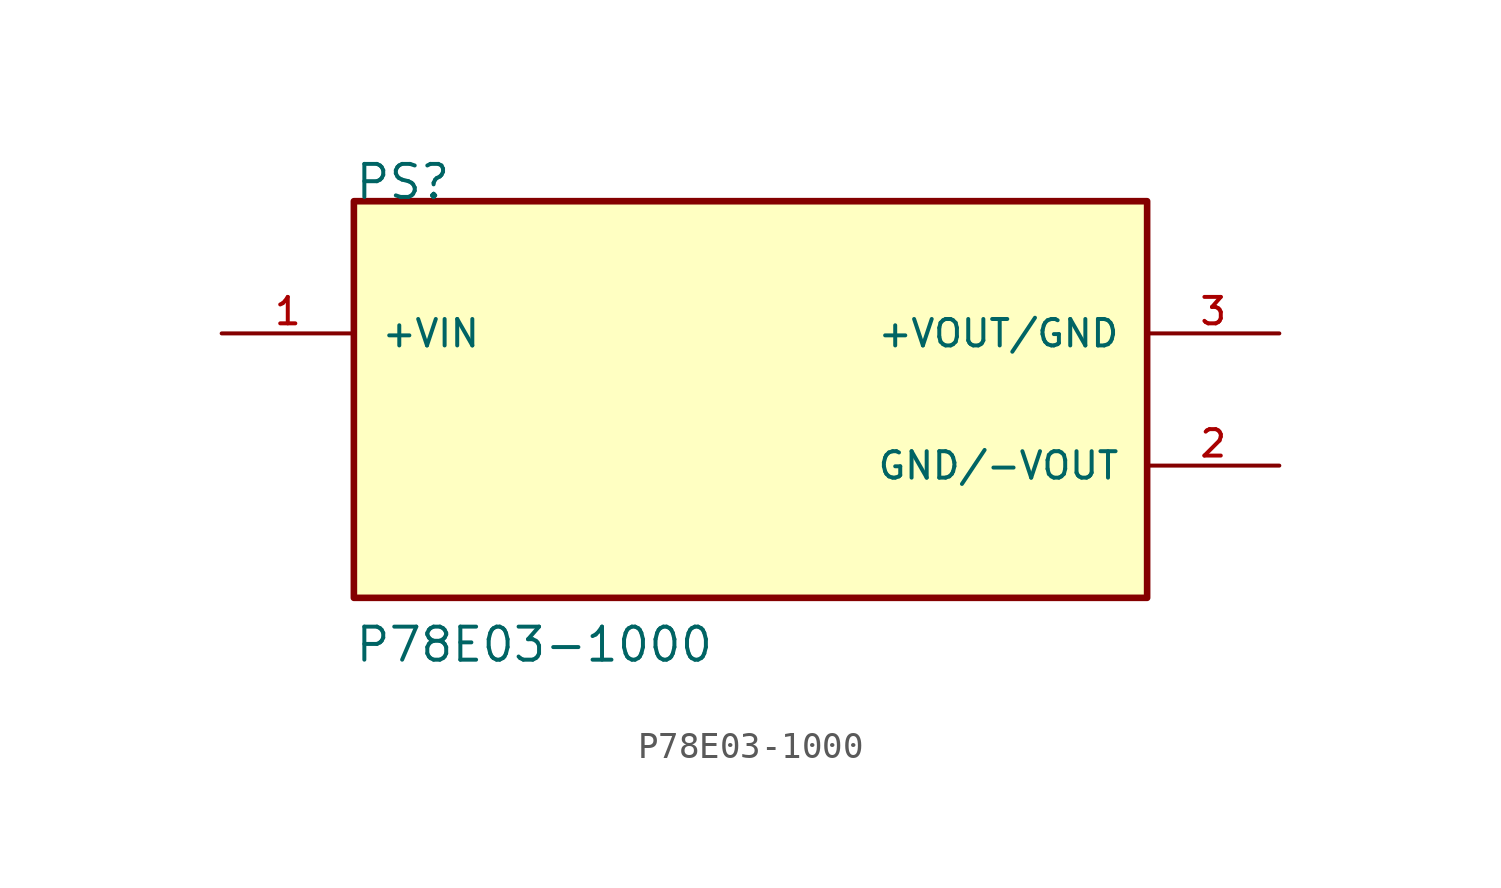
<source format=kicad_sym>
(kicad_symbol_lib
  (version 20220914)
  (generator kicad_symbol_editor)
  (symbol "P78E03-1000"
    (pin_names
      (offset 1.016))
    (property "Reference" "PS"
      (at -15.24 7.62 0)
      (effects (font (size 1.27 1.27)) (justify left bottom)))
    (property "Value" "P78E03-1000"
      (at -15.24 -10.16 0)
      (effects (font (size 1.27 1.27)) (justify left bottom)))
    (symbol "P78E03-1000_0_0"
      (rectangle (start -15.24 -7.62) (end 15.24 7.62) (stroke (width 0.254) (type solid)) (fill (type background)))
      (pin input line (at -20.32 2.54 0) (length 5.08) (name "+VIN" (effects (font (size 1.016 1.016)))) (number "1" (effects (font (size 1.016 1.016)))))
      (pin power_in line (at 20.32 -2.54 180) (length 5.08) (name "GND/-VOUT" (effects (font (size 1.016 1.016)))) (number "2" (effects (font (size 1.016 1.016)))))
      (pin power_in line (at 20.32 2.54 180) (length 5.08) (name "+VOUT/GND" (effects (font (size 1.016 1.016)))) (number "3" (effects (font (size 1.016 1.016))))))))
</source>
